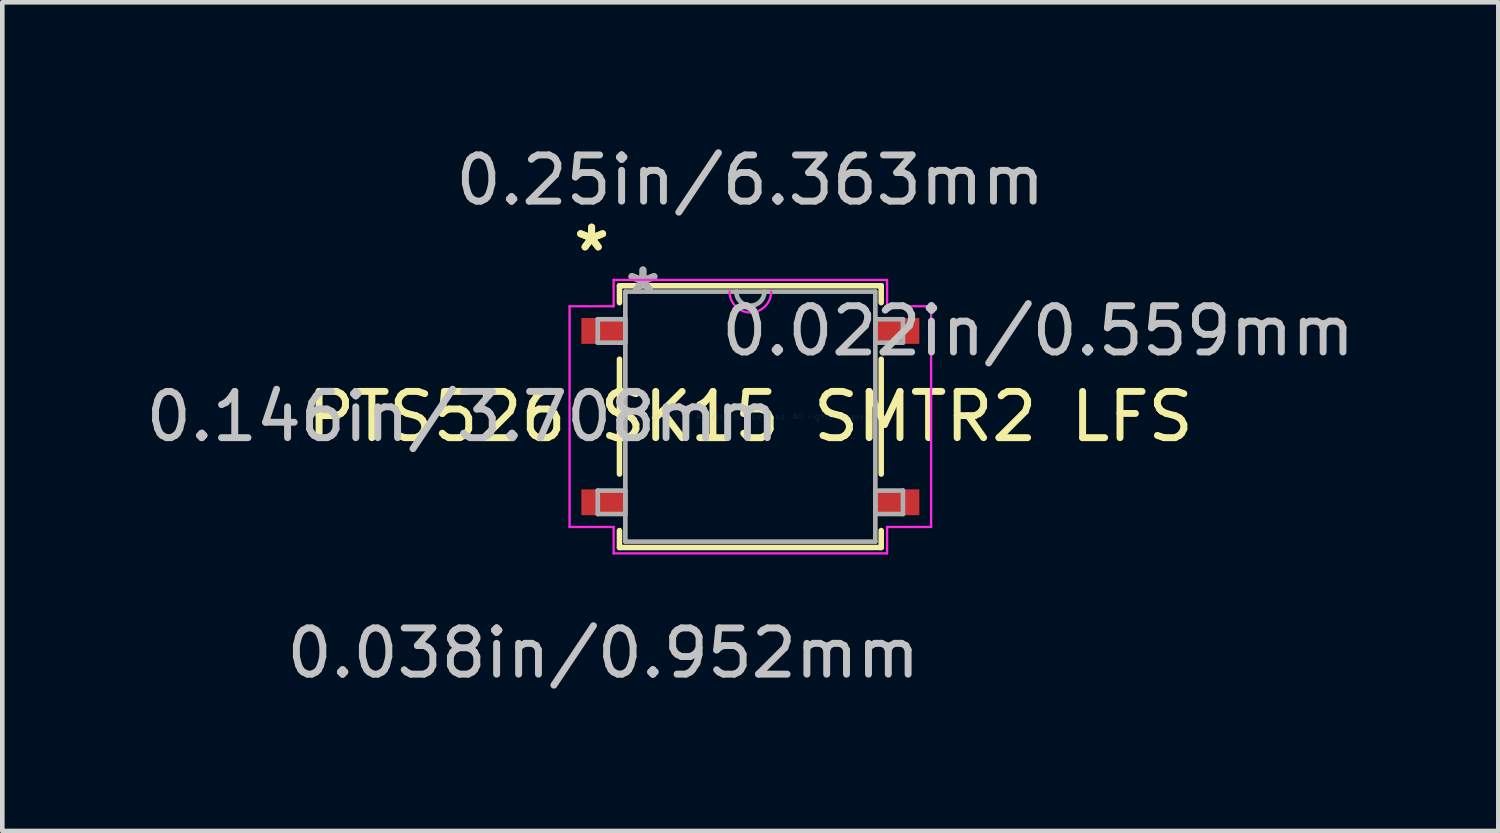
<source format=kicad_pcb>
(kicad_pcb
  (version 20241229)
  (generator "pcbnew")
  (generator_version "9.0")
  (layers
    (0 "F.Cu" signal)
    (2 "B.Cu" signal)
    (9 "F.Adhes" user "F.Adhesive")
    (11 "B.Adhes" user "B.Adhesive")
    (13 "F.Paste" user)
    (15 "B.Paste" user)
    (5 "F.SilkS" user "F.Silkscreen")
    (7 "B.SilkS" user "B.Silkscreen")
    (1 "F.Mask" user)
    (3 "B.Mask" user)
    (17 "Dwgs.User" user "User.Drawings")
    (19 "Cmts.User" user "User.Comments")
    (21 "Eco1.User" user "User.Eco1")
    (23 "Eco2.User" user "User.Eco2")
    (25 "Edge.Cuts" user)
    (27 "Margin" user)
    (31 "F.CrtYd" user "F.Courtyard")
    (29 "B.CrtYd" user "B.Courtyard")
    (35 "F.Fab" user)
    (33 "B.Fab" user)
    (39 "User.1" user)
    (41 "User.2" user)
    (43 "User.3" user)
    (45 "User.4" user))
  (footprint "PTS526 SK15 SMTR2 LFS"
    (layer "F.Cu")
    (at 13.188 5.966)
    (property "Reference" "PTS526 SK15 SMTR2 LFS" (at 0 0 0) (layer "F.SilkS") (effects (font (size 1 1) (thickness 0.15))))
    (attr through_hole)
    (fp_line (start -2.832 -2.832) (end -2.832 -2.466) (stroke (width 0.12) (type solid)) (layer "F.SilkS"))
    (fp_line (start -2.832 -1.242) (end -2.832 1.242) (stroke (width 0.12) (type solid)) (layer "F.SilkS"))
    (fp_line (start -2.832 2.466) (end -2.832 2.832) (stroke (width 0.12) (type solid)) (layer "F.SilkS"))
    (fp_line (start -2.832 2.832) (end 2.832 2.832) (stroke (width 0.12) (type solid)) (layer "F.SilkS"))
    (fp_line (start 2.832 -2.832) (end -2.832 -2.832) (stroke (width 0.12) (type solid)) (layer "F.SilkS"))
    (fp_line (start 2.832 -2.466) (end 2.832 -2.832) (stroke (width 0.12) (type solid)) (layer "F.SilkS"))
    (fp_line (start 2.832 1.242) (end 2.832 -1.242) (stroke (width 0.12) (type solid)) (layer "F.SilkS"))
    (fp_line (start 2.832 2.832) (end 2.832 2.466) (stroke (width 0.12) (type solid)) (layer "F.SilkS"))
    (fp_line (start -3.912 -2.388) (end -2.959 -2.388) (stroke (width 0.05) (type solid)) (layer "F.CrtYd"))
    (fp_line (start -3.912 2.388) (end -3.912 -2.388) (stroke (width 0.05) (type solid)) (layer "F.CrtYd"))
    (fp_line (start -2.959 -2.959) (end 2.959 -2.959) (stroke (width 0.05) (type solid)) (layer "F.CrtYd"))
    (fp_line (start -2.959 -2.388) (end -2.959 -2.959) (stroke (width 0.05) (type solid)) (layer "F.CrtYd"))
    (fp_line (start -2.959 2.388) (end -3.912 2.388) (stroke (width 0.05) (type solid)) (layer "F.CrtYd"))
    (fp_line (start -2.959 2.959) (end -2.959 2.388) (stroke (width 0.05) (type solid)) (layer "F.CrtYd"))
    (fp_line (start 2.959 -2.959) (end 2.959 -2.388) (stroke (width 0.05) (type solid)) (layer "F.CrtYd"))
    (fp_line (start 2.959 -2.388) (end 3.912 -2.388) (stroke (width 0.05) (type solid)) (layer "F.CrtYd"))
    (fp_line (start 2.959 2.388) (end 2.959 2.959) (stroke (width 0.05) (type solid)) (layer "F.CrtYd"))
    (fp_line (start 2.959 2.959) (end -2.959 2.959) (stroke (width 0.05) (type solid)) (layer "F.CrtYd"))
    (fp_line (start 3.912 -2.388) (end 3.912 2.388) (stroke (width 0.05) (type solid)) (layer "F.CrtYd"))
    (fp_line (start 3.912 2.388) (end 2.959 2.388) (stroke (width 0.05) (type solid)) (layer "F.CrtYd"))
    (fp_arc (start 0.45085 -2.7051) (mid 0 -2.25425) (end -0.45085 -2.7051) (stroke (width 0.05) (type solid)) (layer "F.CrtYd"))
    (fp_line (start -3.302 -2.108) (end -3.302 -1.6) (stroke (width 0.1) (type solid)) (layer "F.Fab"))
    (fp_line (start -3.302 -1.6) (end -2.705 -1.6) (stroke (width 0.1) (type solid)) (layer "F.Fab"))
    (fp_line (start -3.302 1.6) (end -3.302 2.108) (stroke (width 0.1) (type solid)) (layer "F.Fab"))
    (fp_line (start -3.302 2.108) (end -2.705 2.108) (stroke (width 0.1) (type solid)) (layer "F.Fab"))
    (fp_line (start -2.705 -2.705) (end -2.705 2.705) (stroke (width 0.1) (type solid)) (layer "F.Fab"))
    (fp_line (start -2.705 -2.108) (end -3.302 -2.108) (stroke (width 0.1) (type solid)) (layer "F.Fab"))
    (fp_line (start -2.705 -1.6) (end -2.705 -2.108) (stroke (width 0.1) (type solid)) (layer "F.Fab"))
    (fp_line (start -2.705 1.6) (end -3.302 1.6) (stroke (width 0.1) (type solid)) (layer "F.Fab"))
    (fp_line (start -2.705 2.108) (end -2.705 1.6) (stroke (width 0.1) (type solid)) (layer "F.Fab"))
    (fp_line (start -2.705 2.705) (end 2.705 2.705) (stroke (width 0.1) (type solid)) (layer "F.Fab"))
    (fp_line (start 2.705 -2.705) (end -2.705 -2.705) (stroke (width 0.1) (type solid)) (layer "F.Fab"))
    (fp_line (start 2.705 -2.108) (end 2.705 -1.6) (stroke (width 0.1) (type solid)) (layer "F.Fab"))
    (fp_line (start 2.705 -1.6) (end 3.302 -1.6) (stroke (width 0.1) (type solid)) (layer "F.Fab"))
    (fp_line (start 2.705 1.6) (end 2.705 2.108) (stroke (width 0.1) (type solid)) (layer "F.Fab"))
    (fp_line (start 2.705 2.108) (end 3.302 2.108) (stroke (width 0.1) (type solid)) (layer "F.Fab"))
    (fp_line (start 2.705 2.705) (end 2.705 -2.705) (stroke (width 0.1) (type solid)) (layer "F.Fab"))
    (fp_line (start 3.302 -2.108) (end 2.705 -2.108) (stroke (width 0.1) (type solid)) (layer "F.Fab"))
    (fp_line (start 3.302 -1.6) (end 3.302 -2.108) (stroke (width 0.1) (type solid)) (layer "F.Fab"))
    (fp_line (start 3.302 1.6) (end 2.705 1.6) (stroke (width 0.1) (type solid)) (layer "F.Fab"))
    (fp_line (start 3.302 2.108) (end 3.302 1.6) (stroke (width 0.1) (type solid)) (layer "F.Fab"))
    (fp_arc (start 0.3048 -2.7051) (mid 0 -2.4003) (end -0.3048 -2.7051) (stroke (width 0.1) (type solid)) (layer "F.Fab"))
    (fp_text user "*" (at -3.435 -3.556 0) (layer "F.SilkS") (effects (font (size 1 1) (thickness 0.15))))
    (fp_text user "*" (at -3.435 -3.556 0) (layer "F.SilkS") (effects (font (size 1 1) (thickness 0.15))))
    (fp_text user "0.146in/3.708mm" (at -6.229 0 0) (layer "Dwgs.User") (effects (font (size 1 1) (thickness 0.15))))
    (fp_text user "0.038in/0.952mm" (at -3.181 5.118 0) (layer "Dwgs.User") (effects (font (size 1 1) (thickness 0.15))))
    (fp_text user "0.25in/6.363mm" (at 0 -5.118 0) (layer "Dwgs.User") (effects (font (size 1 1) (thickness 0.15))))
    (fp_text user "0.022in/0.559mm" (at 6.229 -1.854 0) (layer "Dwgs.User") (effects (font (size 1 1) (thickness 0.15))))
    (fp_text user "Copyright 2021 Accelerated Designs. All rights reserved." (at 0 0 0) (layer "Cmts.User") (effects (font (size 0.127 0.127) (thickness 0.002))))
    (fp_text user "*" (at -2.324 -2.629 0) (layer "F.Fab") (effects (font (size 1 1) (thickness 0.15))))
    (fp_text user "*" (at -2.324 -2.629 0) (layer "F.Fab") (effects (font (size 1 1) (thickness 0.15))))
    (pad "1" smd rect (at -3.181 -1.854) (size 0.953 0.559) (layers "F.Cu" "F.Mask" "F.Paste"))
    (pad "2" smd rect (at 3.181 -1.854) (size 0.953 0.559) (layers "F.Cu" "F.Mask" "F.Paste"))
    (pad "3" smd rect (at -3.181 1.854) (size 0.953 0.559) (layers "F.Cu" "F.Mask" "F.Paste"))
    (pad "4" smd rect (at 3.181 1.854) (size 0.953 0.559) (layers "F.Cu" "F.Mask" "F.Paste")))
  (gr_rect
    (start -3 -3)
    (end 29.375 14.933)
    (stroke (width 0.1) (type default))
    (fill no)
    (layer "Edge.Cuts")))
</source>
